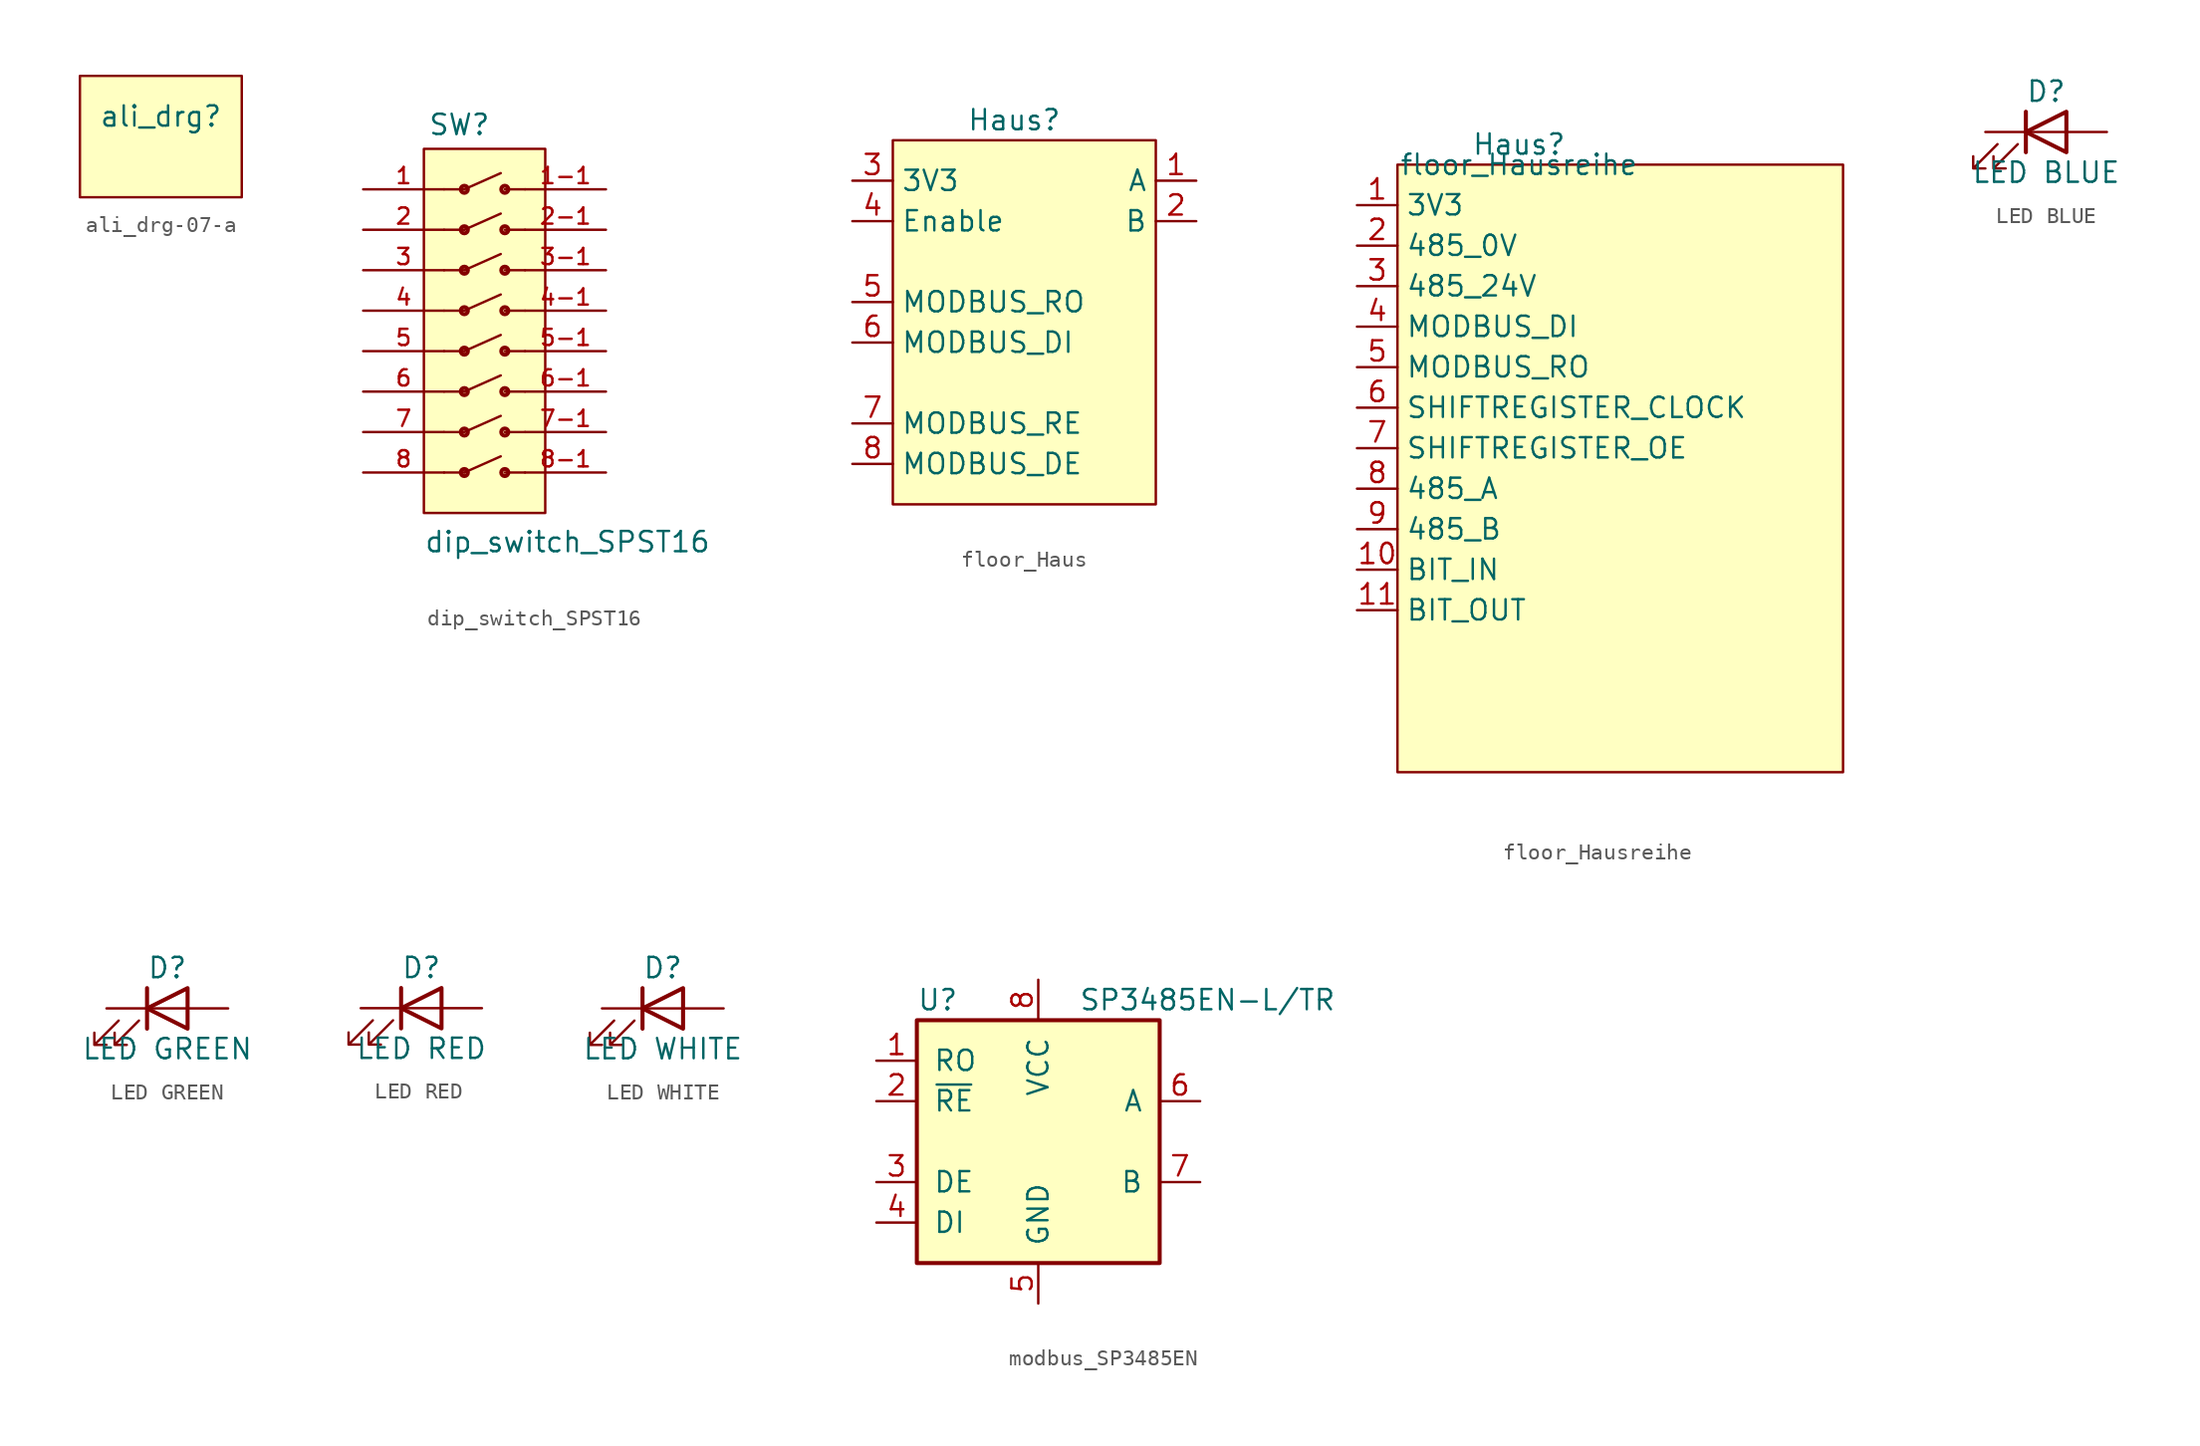
<source format=kicad_sym>
(kicad_symbol_lib
  (version 20220914)
  (generator kicad_symbol_editor)
  (symbol "ali_drg-07-a"
    (property "Reference" "ali_drg"
      (at 0 0 0)
      (effects (font (size 1.27 1.27))))
    (property "Value" ""
      (at 0 0 0)
      (effects (font (size 1.27 1.27))))
    (symbol "ali_drg-07-a_1_1"
      (rectangle (start -5.08 2.54) (end 5.08 -5.08) (stroke (width 0) (type default)) (fill (type background)))))
  (symbol "dip_switch_SPST16"
    (pin_names
      (offset 1.016))
    (property "Reference" "SW"
      (at -3.56 10.933 0)
      (effects (font (size 1.27 1.27)) (justify left bottom)))
    (property "Value" "dip_switch_SPST16"
      (at -3.815 -15.261 0)
      (effects (font (size 1.27 1.27)) (justify left bottom)))
    (symbol "dip_switch_SPST16_0_0"
      (rectangle (start -3.81 -12.7) (end 3.81 10.16) (stroke (width 0.152) (type default)) (fill (type background)))
      (circle (center -1.27 -10.16) (radius 0.1) (stroke (width 0.25) (type default)) (fill (type none)))
      (circle (center -1.27 -7.62) (radius 0.1) (stroke (width 0.25) (type default)) (fill (type none)))
      (circle (center -1.27 -5.08) (radius 0.1) (stroke (width 0.25) (type default)) (fill (type none)))
      (circle (center -1.27 -2.54) (radius 0.1) (stroke (width 0.25) (type default)) (fill (type none)))
      (circle (center -1.27 0) (radius 0.1) (stroke (width 0.25) (type default)) (fill (type none)))
      (circle (center -1.27 2.54) (radius 0.1) (stroke (width 0.25) (type default)) (fill (type none)))
      (circle (center -1.27 5.08) (radius 0.1) (stroke (width 0.25) (type default)) (fill (type none)))
      (circle (center -1.27 7.62) (radius 0.1) (stroke (width 0.25) (type default)) (fill (type none)))
      (polyline (pts (xy -2.54 -10.16) (xy -1.27 -10.16)) (stroke (width 0.152) (type default)) (fill (type none)))
      (polyline (pts (xy -2.54 -7.62) (xy -1.27 -7.62)) (stroke (width 0.152) (type default)) (fill (type none)))
      (polyline (pts (xy -2.54 -5.08) (xy -1.27 -5.08)) (stroke (width 0.152) (type default)) (fill (type none)))
      (polyline (pts (xy -2.54 -2.54) (xy -1.27 -2.54)) (stroke (width 0.152) (type default)) (fill (type none)))
      (polyline (pts (xy -2.54 0) (xy -1.27 0)) (stroke (width 0.152) (type default)) (fill (type none)))
      (polyline (pts (xy -2.54 2.54) (xy -1.27 2.54)) (stroke (width 0.152) (type default)) (fill (type none)))
      (polyline (pts (xy -2.54 5.08) (xy -1.27 5.08)) (stroke (width 0.152) (type default)) (fill (type none)))
      (polyline (pts (xy -2.54 7.62) (xy -1.27 7.62)) (stroke (width 0.152) (type default)) (fill (type none)))
      (polyline (pts (xy -1.27 -10.16) (xy 1.016 -9.144)) (stroke (width 0.152) (type default)) (fill (type none)))
      (polyline (pts (xy -1.27 -7.62) (xy 1.016 -6.604)) (stroke (width 0.152) (type default)) (fill (type none)))
      (polyline (pts (xy -1.27 -5.08) (xy 1.016 -4.064)) (stroke (width 0.152) (type default)) (fill (type none)))
      (polyline (pts (xy -1.27 -2.54) (xy 1.016 -1.524)) (stroke (width 0.152) (type default)) (fill (type none)))
      (polyline (pts (xy -1.27 0) (xy 1.016 1.016)) (stroke (width 0.152) (type default)) (fill (type none)))
      (polyline (pts (xy -1.27 2.54) (xy 1.016 3.556)) (stroke (width 0.152) (type default)) (fill (type none)))
      (polyline (pts (xy -1.27 5.08) (xy 1.016 6.096)) (stroke (width 0.152) (type default)) (fill (type none)))
      (polyline (pts (xy -1.27 7.62) (xy 1.016 8.636)) (stroke (width 0.152) (type default)) (fill (type none)))
      (polyline (pts (xy 2.54 -10.16) (xy 1.27 -10.16)) (stroke (width 0.152) (type default)) (fill (type none)))
      (polyline (pts (xy 2.54 -7.62) (xy 1.27 -7.62)) (stroke (width 0.152) (type default)) (fill (type none)))
      (polyline (pts (xy 2.54 -5.08) (xy 1.27 -5.08)) (stroke (width 0.152) (type default)) (fill (type none)))
      (polyline (pts (xy 2.54 -2.54) (xy 1.27 -2.54)) (stroke (width 0.152) (type default)) (fill (type none)))
      (polyline (pts (xy 2.54 0) (xy 1.27 0)) (stroke (width 0.152) (type default)) (fill (type none)))
      (polyline (pts (xy 2.54 2.54) (xy 1.27 2.54)) (stroke (width 0.152) (type default)) (fill (type none)))
      (polyline (pts (xy 2.54 5.08) (xy 1.27 5.08)) (stroke (width 0.152) (type default)) (fill (type none)))
      (polyline (pts (xy 2.54 7.62) (xy 1.27 7.62)) (stroke (width 0.152) (type default)) (fill (type none)))
      (circle (center 1.27 -10.16) (radius 0.1) (stroke (width 0.25) (type default)) (fill (type none)))
      (circle (center 1.27 -7.62) (radius 0.1) (stroke (width 0.25) (type default)) (fill (type none)))
      (circle (center 1.27 -5.08) (radius 0.1) (stroke (width 0.25) (type default)) (fill (type none)))
      (circle (center 1.27 -2.54) (radius 0.1) (stroke (width 0.25) (type default)) (fill (type none)))
      (circle (center 1.27 0) (radius 0.1) (stroke (width 0.25) (type default)) (fill (type none)))
      (circle (center 1.27 2.54) (radius 0.1) (stroke (width 0.25) (type default)) (fill (type none)))
      (circle (center 1.27 5.08) (radius 0.1) (stroke (width 0.25) (type default)) (fill (type none)))
      (circle (center 1.27 7.62) (radius 0.1) (stroke (width 0.25) (type default)) (fill (type none)))
      (pin passive line (at -7.62 7.62 0) (length 5.08) (name "~" (effects (font (size 1.016 1.016)))) (number "1" (effects (font (size 1.016 1.016)))))
      (pin passive line (at 7.62 7.62 180) (length 5.08) (name "~" (effects (font (size 1.016 1.016)))) (number "1-1" (effects (font (size 1.016 1.016)))))
      (pin passive line (at -7.62 5.08 0) (length 5.08) (name "~" (effects (font (size 1.016 1.016)))) (number "2" (effects (font (size 1.016 1.016)))))
      (pin passive line (at 7.62 5.08 180) (length 5.08) (name "~" (effects (font (size 1.016 1.016)))) (number "2-1" (effects (font (size 1.016 1.016)))))
      (pin passive line (at -7.62 2.54 0) (length 5.08) (name "~" (effects (font (size 1.016 1.016)))) (number "3" (effects (font (size 1.016 1.016)))))
      (pin passive line (at 7.62 2.54 180) (length 5.08) (name "~" (effects (font (size 1.016 1.016)))) (number "3-1" (effects (font (size 1.016 1.016)))))
      (pin passive line (at -7.62 0 0) (length 5.08) (name "~" (effects (font (size 1.016 1.016)))) (number "4" (effects (font (size 1.016 1.016)))))
      (pin passive line (at 7.62 0 180) (length 5.08) (name "~" (effects (font (size 1.016 1.016)))) (number "4-1" (effects (font (size 1.016 1.016)))))
      (pin passive line (at -7.62 -2.54 0) (length 5.08) (name "~" (effects (font (size 1.016 1.016)))) (number "5" (effects (font (size 1.016 1.016)))))
      (pin passive line (at 7.62 -2.54 180) (length 5.08) (name "~" (effects (font (size 1.016 1.016)))) (number "5-1" (effects (font (size 1.016 1.016)))))
      (pin passive line (at -7.62 -5.08 0) (length 5.08) (name "~" (effects (font (size 1.016 1.016)))) (number "6" (effects (font (size 1.016 1.016)))))
      (pin passive line (at 7.62 -5.08 180) (length 5.08) (name "~" (effects (font (size 1.016 1.016)))) (number "6-1" (effects (font (size 1.016 1.016)))))
      (pin passive line (at -7.62 -7.62 0) (length 5.08) (name "~" (effects (font (size 1.016 1.016)))) (number "7" (effects (font (size 1.016 1.016)))))
      (pin passive line (at 7.62 -7.62 180) (length 5.08) (name "~" (effects (font (size 1.016 1.016)))) (number "7-1" (effects (font (size 1.016 1.016)))))
      (pin passive line (at -7.62 -10.16 0) (length 5.08) (name "~" (effects (font (size 1.016 1.016)))) (number "8" (effects (font (size 1.016 1.016)))))
      (pin passive line (at 7.62 -10.16 180) (length 5.08) (name "~" (effects (font (size 1.016 1.016)))) (number "8-1" (effects (font (size 1.016 1.016)))))))
  (symbol "floor_Haus"
    (property "Reference" "Haus"
      (at 0 1.27 0)
      (effects (font (size 1.27 1.27))))
    (property "Value" ""
      (at 0 0 0)
      (effects (font (size 1.27 1.27))))
    (symbol "floor_Haus_1_1"
      (rectangle (start -7.62 0) (end 8.89 -22.86) (stroke (width 0) (type default)) (fill (type background)))
      (pin output line (at 11.43 -2.54 180) (length 2.54) (name "A" (effects (font (size 1.27 1.27)))) (number "1" (effects (font (size 1.27 1.27)))))
      (pin output line (at 11.43 -5.08 180) (length 2.54) (name "B" (effects (font (size 1.27 1.27)))) (number "2" (effects (font (size 1.27 1.27)))))
      (pin input line (at -10.16 -2.54 0) (length 2.54) (name "3V3" (effects (font (size 1.27 1.27)))) (number "3" (effects (font (size 1.27 1.27)))))
      (pin input line (at -10.16 -5.08 0) (length 2.54) (name "Enable" (effects (font (size 1.27 1.27)))) (number "4" (effects (font (size 1.27 1.27)))))
      (pin input line (at -10.16 -10.16 0) (length 2.54) (name "MODBUS_RO" (effects (font (size 1.27 1.27)))) (number "5" (effects (font (size 1.27 1.27)))))
      (pin input line (at -10.16 -12.7 0) (length 2.54) (name "MODBUS_DI" (effects (font (size 1.27 1.27)))) (number "6" (effects (font (size 1.27 1.27)))))
      (pin input line (at -10.16 -17.78 0) (length 2.54) (name "MODBUS_RE" (effects (font (size 1.27 1.27)))) (number "7" (effects (font (size 1.27 1.27)))))
      (pin input line (at -10.16 -20.32 0) (length 2.54) (name "MODBUS_DE" (effects (font (size 1.27 1.27)))) (number "8" (effects (font (size 1.27 1.27)))))))
  (symbol "floor_Hausreihe"
    (property "Reference" "Haus"
      (at 0 1.27 0)
      (effects (font (size 1.27 1.27))))
    (property "Value" "floor_Hausreihe"
      (at 0 0 0)
      (effects (font (size 1.27 1.27))))
    (symbol "floor_Hausreihe_1_1"
      (rectangle (start -7.62 0) (end 20.32 -38.1) (stroke (width 0) (type default)) (fill (type background)))
      (pin input line (at -10.16 -2.54 0) (length 2.54) (name "3V3" (effects (font (size 1.27 1.27)))) (number "1" (effects (font (size 1.27 1.27)))))
      (pin input line (at -10.16 -25.4 0) (length 2.54) (name "BIT_IN" (effects (font (size 1.27 1.27)))) (number "10" (effects (font (size 1.27 1.27)))))
      (pin input line (at -10.16 -27.94 0) (length 2.54) (name "BIT_OUT" (effects (font (size 1.27 1.27)))) (number "11" (effects (font (size 1.27 1.27)))))
      (pin input line (at -10.16 -5.08 0) (length 2.54) (name "485_0V" (effects (font (size 1.27 1.27)))) (number "2" (effects (font (size 1.27 1.27)))))
      (pin input line (at -10.16 -7.62 0) (length 2.54) (name "485_24V" (effects (font (size 1.27 1.27)))) (number "3" (effects (font (size 1.27 1.27)))))
      (pin input line (at -10.16 -10.16 0) (length 2.54) (name "MODBUS_DI" (effects (font (size 1.27 1.27)))) (number "4" (effects (font (size 1.27 1.27)))))
      (pin input line (at -10.16 -12.7 0) (length 2.54) (name "MODBUS_RO" (effects (font (size 1.27 1.27)))) (number "5" (effects (font (size 1.27 1.27)))))
      (pin input line (at -10.16 -15.24 0) (length 2.54) (name "SHIFTREGISTER_CLOCK" (effects (font (size 1.27 1.27)))) (number "6" (effects (font (size 1.27 1.27)))))
      (pin input line (at -10.16 -17.78 0) (length 2.54) (name "SHIFTREGISTER_OE" (effects (font (size 1.27 1.27)))) (number "7" (effects (font (size 1.27 1.27)))))
      (pin output line (at -10.16 -20.32 0) (length 2.54) (name "485_A" (effects (font (size 1.27 1.27)))) (number "8" (effects (font (size 1.27 1.27)))))
      (pin output line (at -10.16 -22.86 0) (length 2.54) (name "485_B" (effects (font (size 1.27 1.27)))) (number "9" (effects (font (size 1.27 1.27)))))))
  (symbol "LED BLUE"
    (pin_numbers hide)
    (pin_names
      (offset 1.016) hide)
    (property "Reference" "D"
      (at 0 2.54 0)
      (effects (font (size 1.27 1.27))))
    (property "Value" "LED BLUE"
      (at 0 -2.54 0)
      (effects (font (size 1.27 1.27))))
    (symbol "LED BLUE_0_1"
      (polyline (pts (xy -1.27 -1.27) (xy -1.27 1.27)) (stroke (width 0.254) (type default)) (fill (type none)))
      (polyline (pts (xy -1.27 0) (xy 1.27 0)) (stroke (width 0) (type default)) (fill (type none)))
      (polyline (pts (xy 1.27 -1.27) (xy 1.27 1.27) (xy -1.27 0) (xy 1.27 -1.27)) (stroke (width 0.254) (type default)) (fill (type none)))
      (polyline (pts (xy -3.048 -0.762) (xy -4.572 -2.286) (xy -3.81 -2.286) (xy -4.572 -2.286) (xy -4.572 -1.524)) (stroke (width 0) (type default)) (fill (type none)))
      (polyline (pts (xy -1.778 -0.762) (xy -3.302 -2.286) (xy -2.54 -2.286) (xy -3.302 -2.286) (xy -3.302 -1.524)) (stroke (width 0) (type default)) (fill (type none))))
    (symbol "LED BLUE_1_1"
      (pin passive line (at -3.81 0 0) (length 2.54) (name "K" (effects (font (size 1.27 1.27)))) (number "1" (effects (font (size 1.27 1.27)))))
      (pin passive line (at 3.81 0 180) (length 2.54) (name "A" (effects (font (size 1.27 1.27)))) (number "2" (effects (font (size 1.27 1.27)))))))
  (symbol "LED GREEN"
    (pin_numbers hide)
    (pin_names
      (offset 1.016) hide)
    (property "Reference" "D"
      (at 0 2.54 0)
      (effects (font (size 1.27 1.27))))
    (property "Value" "LED GREEN"
      (at 0 -2.54 0)
      (effects (font (size 1.27 1.27))))
    (symbol "LED GREEN_0_1"
      (polyline (pts (xy -1.27 -1.27) (xy -1.27 1.27)) (stroke (width 0.254) (type default)) (fill (type none)))
      (polyline (pts (xy -1.27 0) (xy 1.27 0)) (stroke (width 0) (type default)) (fill (type none)))
      (polyline (pts (xy 1.27 -1.27) (xy 1.27 1.27) (xy -1.27 0) (xy 1.27 -1.27)) (stroke (width 0.254) (type default)) (fill (type none)))
      (polyline (pts (xy -3.048 -0.762) (xy -4.572 -2.286) (xy -3.81 -2.286) (xy -4.572 -2.286) (xy -4.572 -1.524)) (stroke (width 0) (type default)) (fill (type none)))
      (polyline (pts (xy -1.778 -0.762) (xy -3.302 -2.286) (xy -2.54 -2.286) (xy -3.302 -2.286) (xy -3.302 -1.524)) (stroke (width 0) (type default)) (fill (type none))))
    (symbol "LED GREEN_1_1"
      (pin passive line (at -3.81 0 0) (length 2.54) (name "K" (effects (font (size 1.27 1.27)))) (number "1" (effects (font (size 1.27 1.27)))))
      (pin passive line (at 3.81 0 180) (length 2.54) (name "A" (effects (font (size 1.27 1.27)))) (number "2" (effects (font (size 1.27 1.27)))))))
  (symbol "LED RED"
    (pin_numbers hide)
    (pin_names
      (offset 1.016) hide)
    (property "Reference" "D"
      (at 0 2.54 0)
      (effects (font (size 1.27 1.27))))
    (property "Value" "LED RED"
      (at 0 -2.54 0)
      (effects (font (size 1.27 1.27))))
    (symbol "LED RED_0_1"
      (polyline (pts (xy -1.27 -1.27) (xy -1.27 1.27)) (stroke (width 0.254) (type default)) (fill (type none)))
      (polyline (pts (xy -1.27 0) (xy 1.27 0)) (stroke (width 0) (type default)) (fill (type none)))
      (polyline (pts (xy 1.27 -1.27) (xy 1.27 1.27) (xy -1.27 0) (xy 1.27 -1.27)) (stroke (width 0.254) (type default)) (fill (type none)))
      (polyline (pts (xy -3.048 -0.762) (xy -4.572 -2.286) (xy -3.81 -2.286) (xy -4.572 -2.286) (xy -4.572 -1.524)) (stroke (width 0) (type default)) (fill (type none)))
      (polyline (pts (xy -1.778 -0.762) (xy -3.302 -2.286) (xy -2.54 -2.286) (xy -3.302 -2.286) (xy -3.302 -1.524)) (stroke (width 0) (type default)) (fill (type none))))
    (symbol "LED RED_1_1"
      (pin passive line (at -3.81 0 0) (length 2.54) (name "K" (effects (font (size 1.27 1.27)))) (number "1" (effects (font (size 1.27 1.27)))))
      (pin passive line (at 3.81 0 180) (length 2.54) (name "A" (effects (font (size 1.27 1.27)))) (number "2" (effects (font (size 1.27 1.27)))))))
  (symbol "LED WHITE"
    (pin_numbers hide)
    (pin_names
      (offset 1.016) hide)
    (property "Reference" "D"
      (at 0 2.54 0)
      (effects (font (size 1.27 1.27))))
    (property "Value" "LED WHITE"
      (at 0 -2.54 0)
      (effects (font (size 1.27 1.27))))
    (symbol "LED WHITE_0_1"
      (polyline (pts (xy -1.27 -1.27) (xy -1.27 1.27)) (stroke (width 0.254) (type default)) (fill (type none)))
      (polyline (pts (xy -1.27 0) (xy 1.27 0)) (stroke (width 0) (type default)) (fill (type none)))
      (polyline (pts (xy 1.27 -1.27) (xy 1.27 1.27) (xy -1.27 0) (xy 1.27 -1.27)) (stroke (width 0.254) (type default)) (fill (type none)))
      (polyline (pts (xy -3.048 -0.762) (xy -4.572 -2.286) (xy -3.81 -2.286) (xy -4.572 -2.286) (xy -4.572 -1.524)) (stroke (width 0) (type default)) (fill (type none)))
      (polyline (pts (xy -1.778 -0.762) (xy -3.302 -2.286) (xy -2.54 -2.286) (xy -3.302 -2.286) (xy -3.302 -1.524)) (stroke (width 0) (type default)) (fill (type none))))
    (symbol "LED WHITE_1_1"
      (pin passive line (at -3.81 0 0) (length 2.54) (name "K" (effects (font (size 1.27 1.27)))) (number "1" (effects (font (size 1.27 1.27)))))
      (pin passive line (at 3.81 0 180) (length 2.54) (name "A" (effects (font (size 1.27 1.27)))) (number "2" (effects (font (size 1.27 1.27)))))))
  (symbol "modbus_SP3485EN"
    (pin_names
      (offset 1.016))
    (property "Reference" "U"
      (at -7.62 8.89 0)
      (effects (font (size 1.27 1.27)) (justify left)))
    (property "Value" "SP3485EN-L/TR"
      (at 2.54 8.89 0)
      (effects (font (size 1.27 1.27)) (justify left)))
    (symbol "modbus_SP3485EN_0_1"
      (rectangle (start -7.62 7.62) (end 7.62 -7.62) (stroke (width 0.254) (type default)) (fill (type background))))
    (symbol "modbus_SP3485EN_1_1"
      (pin output line (at -10.16 5.08 0) (length 2.54) (name "RO" (effects (font (size 1.27 1.27)))) (number "1" (effects (font (size 1.27 1.27)))))
      (pin input line (at -10.16 2.54 0) (length 2.54) (name "~{RE}" (effects (font (size 1.27 1.27)))) (number "2" (effects (font (size 1.27 1.27)))))
      (pin input line (at -10.16 -2.54 0) (length 2.54) (name "DE" (effects (font (size 1.27 1.27)))) (number "3" (effects (font (size 1.27 1.27)))))
      (pin input line (at -10.16 -5.08 0) (length 2.54) (name "DI" (effects (font (size 1.27 1.27)))) (number "4" (effects (font (size 1.27 1.27)))))
      (pin power_in line (at 0 -10.16 90) (length 2.54) (name "GND" (effects (font (size 1.27 1.27)))) (number "5" (effects (font (size 1.27 1.27)))))
      (pin bidirectional line (at 10.16 2.54 180) (length 2.54) (name "A" (effects (font (size 1.27 1.27)))) (number "6" (effects (font (size 1.27 1.27)))))
      (pin bidirectional line (at 10.16 -2.54 180) (length 2.54) (name "B" (effects (font (size 1.27 1.27)))) (number "7" (effects (font (size 1.27 1.27)))))
      (pin power_in line (at 0 10.16 270) (length 2.54) (name "VCC" (effects (font (size 1.27 1.27)))) (number "8" (effects (font (size 1.27 1.27))))))))
</source>
